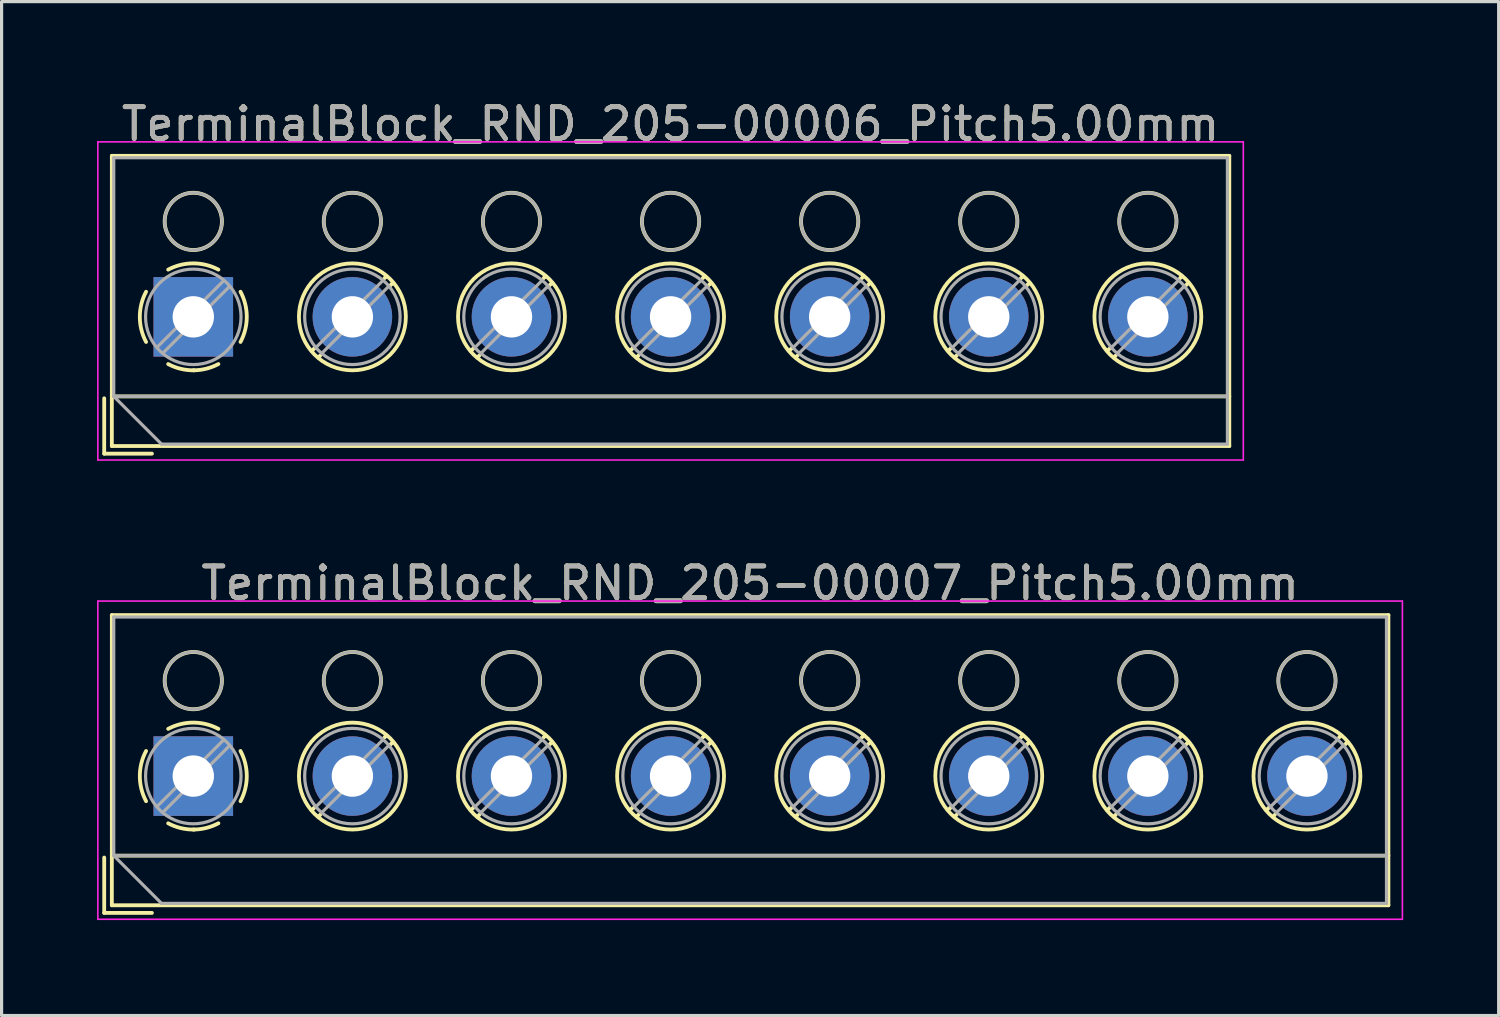
<source format=kicad_pcb>
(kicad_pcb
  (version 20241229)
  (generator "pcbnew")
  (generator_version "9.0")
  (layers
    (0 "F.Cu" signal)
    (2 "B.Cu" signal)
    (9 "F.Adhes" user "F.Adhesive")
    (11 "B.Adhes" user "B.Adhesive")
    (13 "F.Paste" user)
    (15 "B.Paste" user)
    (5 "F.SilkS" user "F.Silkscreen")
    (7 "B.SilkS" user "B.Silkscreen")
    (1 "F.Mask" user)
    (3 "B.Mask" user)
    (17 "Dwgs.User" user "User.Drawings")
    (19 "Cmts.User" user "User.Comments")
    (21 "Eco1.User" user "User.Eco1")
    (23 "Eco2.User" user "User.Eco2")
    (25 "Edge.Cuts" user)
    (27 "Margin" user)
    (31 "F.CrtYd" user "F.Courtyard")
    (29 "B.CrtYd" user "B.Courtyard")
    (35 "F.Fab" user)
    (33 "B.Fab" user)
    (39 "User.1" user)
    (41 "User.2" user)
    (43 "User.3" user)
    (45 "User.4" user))
  (footprint "TerminalBlock_RND_205-00006_Pitch5.00mm"
    (layer "F.Cu")
    (at 3.025 6.908)
    (property "Reference" "TerminalBlock_RND_205-00006_Pitch5.00mm" (at 15 -6.06 0) (layer "F.SilkS") (effects (font (size 1 1) (thickness 0.15))))
    (attr through_hole)
    (fp_line (start -2.8 2.56) (end -2.8 4.3) (stroke (width 0.12) (type solid)) (layer "F.SilkS"))
    (fp_line (start -2.8 4.3) (end -1.3 4.3) (stroke (width 0.12) (type solid)) (layer "F.SilkS"))
    (fp_line (start -2.56 -5.06) (end -2.56 4.06) (stroke (width 0.12) (type solid)) (layer "F.SilkS"))
    (fp_line (start -2.56 2.5) (end 32.56 2.5) (stroke (width 0.12) (type solid)) (layer "F.SilkS"))
    (fp_line (start -2.56 4.06) (end 32.56 4.06) (stroke (width 0.12) (type solid)) (layer "F.SilkS"))
    (fp_line (start 3.82 0.976) (end 3.726 1.069) (stroke (width 0.12) (type solid)) (layer "F.SilkS"))
    (fp_line (start 3.99 1.216) (end 3.931 1.274) (stroke (width 0.12) (type solid)) (layer "F.SilkS"))
    (fp_line (start 6.07 -1.275) (end 6.011 -1.216) (stroke (width 0.12) (type solid)) (layer "F.SilkS"))
    (fp_line (start 6.275 -1.069) (end 6.181 -0.976) (stroke (width 0.12) (type solid)) (layer "F.SilkS"))
    (fp_line (start 8.82 0.976) (end 8.726 1.069) (stroke (width 0.12) (type solid)) (layer "F.SilkS"))
    (fp_line (start 8.99 1.216) (end 8.931 1.274) (stroke (width 0.12) (type solid)) (layer "F.SilkS"))
    (fp_line (start 11.07 -1.275) (end 11.011 -1.216) (stroke (width 0.12) (type solid)) (layer "F.SilkS"))
    (fp_line (start 11.275 -1.069) (end 11.181 -0.976) (stroke (width 0.12) (type solid)) (layer "F.SilkS"))
    (fp_line (start 13.82 0.976) (end 13.726 1.069) (stroke (width 0.12) (type solid)) (layer "F.SilkS"))
    (fp_line (start 13.99 1.216) (end 13.931 1.274) (stroke (width 0.12) (type solid)) (layer "F.SilkS"))
    (fp_line (start 16.07 -1.275) (end 16.011 -1.216) (stroke (width 0.12) (type solid)) (layer "F.SilkS"))
    (fp_line (start 16.275 -1.069) (end 16.181 -0.976) (stroke (width 0.12) (type solid)) (layer "F.SilkS"))
    (fp_line (start 18.82 0.976) (end 18.726 1.069) (stroke (width 0.12) (type solid)) (layer "F.SilkS"))
    (fp_line (start 18.99 1.216) (end 18.931 1.274) (stroke (width 0.12) (type solid)) (layer "F.SilkS"))
    (fp_line (start 21.07 -1.275) (end 21.011 -1.216) (stroke (width 0.12) (type solid)) (layer "F.SilkS"))
    (fp_line (start 21.275 -1.069) (end 21.181 -0.976) (stroke (width 0.12) (type solid)) (layer "F.SilkS"))
    (fp_line (start 23.82 0.976) (end 23.726 1.069) (stroke (width 0.12) (type solid)) (layer "F.SilkS"))
    (fp_line (start 23.99 1.216) (end 23.931 1.274) (stroke (width 0.12) (type solid)) (layer "F.SilkS"))
    (fp_line (start 26.07 -1.275) (end 26.011 -1.216) (stroke (width 0.12) (type solid)) (layer "F.SilkS"))
    (fp_line (start 26.275 -1.069) (end 26.181 -0.976) (stroke (width 0.12) (type solid)) (layer "F.SilkS"))
    (fp_line (start 28.82 0.976) (end 28.726 1.069) (stroke (width 0.12) (type solid)) (layer "F.SilkS"))
    (fp_line (start 28.99 1.216) (end 28.931 1.274) (stroke (width 0.12) (type solid)) (layer "F.SilkS"))
    (fp_line (start 31.07 -1.275) (end 31.011 -1.216) (stroke (width 0.12) (type solid)) (layer "F.SilkS"))
    (fp_line (start 31.275 -1.069) (end 31.181 -0.976) (stroke (width 0.12) (type solid)) (layer "F.SilkS"))
    (fp_line (start 32.56 -5.06) (end -2.56 -5.06) (stroke (width 0.12) (type solid)) (layer "F.SilkS"))
    (fp_line (start 32.56 4.06) (end 32.56 -5.06) (stroke (width 0.12) (type solid)) (layer "F.SilkS"))
    (fp_arc (start -1.483953 0.789089) (mid -1.680708 0.00005) (end -1.484 -0.789) (stroke (width 0.12) (type solid)) (layer "F.SilkS"))
    (fp_arc (start -0.789089 -1.483953) (mid -0.00005 -1.680708) (end 0.789 -1.484) (stroke (width 0.12) (type solid)) (layer "F.SilkS"))
    (fp_arc (start 0.029383 1.68045) (mid -0.392304 1.634281) (end -0.789 1.484) (stroke (width 0.12) (type solid)) (layer "F.SilkS"))
    (fp_arc (start 0.788712 1.483352) (mid 0.406429 1.630097) (end 0 1.68) (stroke (width 0.12) (type solid)) (layer "F.SilkS"))
    (fp_arc (start 1.483953 -0.789089) (mid 1.680708 -0.00005) (end 1.484 0.789) (stroke (width 0.12) (type solid)) (layer "F.SilkS"))
    (fp_circle (center 0 -3) (end 0.9 -3) (stroke (width 0.12) (type solid)) (fill no) (layer "F.SilkS"))
    (fp_circle (center 5 -3) (end 5.9 -3) (stroke (width 0.12) (type solid)) (fill no) (layer "F.SilkS"))
    (fp_circle (center 5 0) (end 6.68 0) (stroke (width 0.12) (type solid)) (fill no) (layer "F.SilkS"))
    (fp_circle (center 10 -3) (end 10.9 -3) (stroke (width 0.12) (type solid)) (fill no) (layer "F.SilkS"))
    (fp_circle (center 10 0) (end 11.68 0) (stroke (width 0.12) (type solid)) (fill no) (layer "F.SilkS"))
    (fp_circle (center 15 -3) (end 15.9 -3) (stroke (width 0.12) (type solid)) (fill no) (layer "F.SilkS"))
    (fp_circle (center 15 0) (end 16.68 0) (stroke (width 0.12) (type solid)) (fill no) (layer "F.SilkS"))
    (fp_circle (center 20 -3) (end 20.9 -3) (stroke (width 0.12) (type solid)) (fill no) (layer "F.SilkS"))
    (fp_circle (center 20 0) (end 21.68 0) (stroke (width 0.12) (type solid)) (fill no) (layer "F.SilkS"))
    (fp_circle (center 25 -3) (end 25.9 -3) (stroke (width 0.12) (type solid)) (fill no) (layer "F.SilkS"))
    (fp_circle (center 25 0) (end 26.68 0) (stroke (width 0.12) (type solid)) (fill no) (layer "F.SilkS"))
    (fp_circle (center 30 -3) (end 30.9 -3) (stroke (width 0.12) (type solid)) (fill no) (layer "F.SilkS"))
    (fp_circle (center 30 0) (end 31.68 0) (stroke (width 0.12) (type solid)) (fill no) (layer "F.SilkS"))
    (fp_line (start -3 -5.5) (end -3 4.5) (stroke (width 0.05) (type solid)) (layer "F.CrtYd"))
    (fp_line (start -3 4.5) (end 33 4.5) (stroke (width 0.05) (type solid)) (layer "F.CrtYd"))
    (fp_line (start 33 -5.5) (end -3 -5.5) (stroke (width 0.05) (type solid)) (layer "F.CrtYd"))
    (fp_line (start 33 4.5) (end 33 -5.5) (stroke (width 0.05) (type solid)) (layer "F.CrtYd"))
    (fp_line (start -2.5 -5) (end 32.5 -5) (stroke (width 0.1) (type solid)) (layer "F.Fab"))
    (fp_line (start -2.5 2.5) (end -2.5 -5) (stroke (width 0.1) (type solid)) (layer "F.Fab"))
    (fp_line (start -2.5 2.5) (end 32.5 2.5) (stroke (width 0.1) (type solid)) (layer "F.Fab"))
    (fp_line (start -1 4) (end -2.5 2.5) (stroke (width 0.1) (type solid)) (layer "F.Fab"))
    (fp_line (start 0.955 -1.138) (end -1.138 0.955) (stroke (width 0.1) (type solid)) (layer "F.Fab"))
    (fp_line (start 1.138 -0.955) (end -0.955 1.138) (stroke (width 0.1) (type solid)) (layer "F.Fab"))
    (fp_line (start 5.955 -1.138) (end 3.863 0.955) (stroke (width 0.1) (type solid)) (layer "F.Fab"))
    (fp_line (start 6.138 -0.955) (end 4.046 1.138) (stroke (width 0.1) (type solid)) (layer "F.Fab"))
    (fp_line (start 10.955 -1.138) (end 8.863 0.955) (stroke (width 0.1) (type solid)) (layer "F.Fab"))
    (fp_line (start 11.138 -0.955) (end 9.046 1.138) (stroke (width 0.1) (type solid)) (layer "F.Fab"))
    (fp_line (start 15.955 -1.138) (end 13.863 0.955) (stroke (width 0.1) (type solid)) (layer "F.Fab"))
    (fp_line (start 16.138 -0.955) (end 14.046 1.138) (stroke (width 0.1) (type solid)) (layer "F.Fab"))
    (fp_line (start 20.955 -1.138) (end 18.863 0.955) (stroke (width 0.1) (type solid)) (layer "F.Fab"))
    (fp_line (start 21.138 -0.955) (end 19.046 1.138) (stroke (width 0.1) (type solid)) (layer "F.Fab"))
    (fp_line (start 25.955 -1.138) (end 23.863 0.955) (stroke (width 0.1) (type solid)) (layer "F.Fab"))
    (fp_line (start 26.138 -0.955) (end 24.046 1.138) (stroke (width 0.1) (type solid)) (layer "F.Fab"))
    (fp_line (start 30.955 -1.138) (end 28.863 0.955) (stroke (width 0.1) (type solid)) (layer "F.Fab"))
    (fp_line (start 31.138 -0.955) (end 29.046 1.138) (stroke (width 0.1) (type solid)) (layer "F.Fab"))
    (fp_line (start 32.5 -5) (end 32.5 4) (stroke (width 0.1) (type solid)) (layer "F.Fab"))
    (fp_line (start 32.5 4) (end -1 4) (stroke (width 0.1) (type solid)) (layer "F.Fab"))
    (fp_circle (center 0 -3) (end 0.9 -3) (stroke (width 0.1) (type solid)) (fill no) (layer "F.Fab"))
    (fp_circle (center 0 0) (end 1.5 0) (stroke (width 0.1) (type solid)) (fill no) (layer "F.Fab"))
    (fp_circle (center 5 -3) (end 5.9 -3) (stroke (width 0.1) (type solid)) (fill no) (layer "F.Fab"))
    (fp_circle (center 5 0) (end 6.5 0) (stroke (width 0.1) (type solid)) (fill no) (layer "F.Fab"))
    (fp_circle (center 10 -3) (end 10.9 -3) (stroke (width 0.1) (type solid)) (fill no) (layer "F.Fab"))
    (fp_circle (center 10 0) (end 11.5 0) (stroke (width 0.1) (type solid)) (fill no) (layer "F.Fab"))
    (fp_circle (center 15 -3) (end 15.9 -3) (stroke (width 0.1) (type solid)) (fill no) (layer "F.Fab"))
    (fp_circle (center 15 0) (end 16.5 0) (stroke (width 0.1) (type solid)) (fill no) (layer "F.Fab"))
    (fp_circle (center 20 -3) (end 20.9 -3) (stroke (width 0.1) (type solid)) (fill no) (layer "F.Fab"))
    (fp_circle (center 20 0) (end 21.5 0) (stroke (width 0.1) (type solid)) (fill no) (layer "F.Fab"))
    (fp_circle (center 25 -3) (end 25.9 -3) (stroke (width 0.1) (type solid)) (fill no) (layer "F.Fab"))
    (fp_circle (center 25 0) (end 26.5 0) (stroke (width 0.1) (type solid)) (fill no) (layer "F.Fab"))
    (fp_circle (center 30 -3) (end 30.9 -3) (stroke (width 0.1) (type solid)) (fill no) (layer "F.Fab"))
    (fp_circle (center 30 0) (end 31.5 0) (stroke (width 0.1) (type solid)) (fill no) (layer "F.Fab"))
    (fp_text user "${REFERENCE}" (at 15 -6.06 0) (layer "F.Fab") (effects (font (size 1 1) (thickness 0.15))))
    (pad "1" thru_hole rect (at 0 0) (size 2.5 2.5) (drill 1.3) (layers "*.Cu" "*.Mask"))
    (pad "2" thru_hole circle (at 5 0) (size 2.5 2.5) (drill 1.3) (layers "*.Cu" "*.Mask"))
    (pad "3" thru_hole circle (at 10 0) (size 2.5 2.5) (drill 1.3) (layers "*.Cu" "*.Mask"))
    (pad "4" thru_hole circle (at 15 0) (size 2.5 2.5) (drill 1.3) (layers "*.Cu" "*.Mask"))
    (pad "5" thru_hole circle (at 20 0) (size 2.5 2.5) (drill 1.3) (layers "*.Cu" "*.Mask"))
    (pad "6" thru_hole circle (at 25 0) (size 2.5 2.5) (drill 1.3) (layers "*.Cu" "*.Mask"))
    (pad "7" thru_hole circle (at 30 0) (size 2.5 2.5) (drill 1.3) (layers "*.Cu" "*.Mask")))
  (footprint "TerminalBlock_RND_205-00007_Pitch5.00mm"
    (layer "F.Cu")
    (at 3.025 21.341)
    (property "Reference" "TerminalBlock_RND_205-00007_Pitch5.00mm" (at 17.5 -6.06 0) (layer "F.SilkS") (effects (font (size 1 1) (thickness 0.15))))
    (attr through_hole)
    (fp_line (start -2.8 2.56) (end -2.8 4.3) (stroke (width 0.12) (type solid)) (layer "F.SilkS"))
    (fp_line (start -2.8 4.3) (end -1.3 4.3) (stroke (width 0.12) (type solid)) (layer "F.SilkS"))
    (fp_line (start -2.56 -5.06) (end -2.56 4.06) (stroke (width 0.12) (type solid)) (layer "F.SilkS"))
    (fp_line (start -2.56 2.5) (end 37.56 2.5) (stroke (width 0.12) (type solid)) (layer "F.SilkS"))
    (fp_line (start -2.56 4.06) (end 37.56 4.06) (stroke (width 0.12) (type solid)) (layer "F.SilkS"))
    (fp_line (start 3.82 0.976) (end 3.726 1.069) (stroke (width 0.12) (type solid)) (layer "F.SilkS"))
    (fp_line (start 3.99 1.216) (end 3.931 1.274) (stroke (width 0.12) (type solid)) (layer "F.SilkS"))
    (fp_line (start 6.07 -1.275) (end 6.011 -1.216) (stroke (width 0.12) (type solid)) (layer "F.SilkS"))
    (fp_line (start 6.275 -1.069) (end 6.181 -0.976) (stroke (width 0.12) (type solid)) (layer "F.SilkS"))
    (fp_line (start 8.82 0.976) (end 8.726 1.069) (stroke (width 0.12) (type solid)) (layer "F.SilkS"))
    (fp_line (start 8.99 1.216) (end 8.931 1.274) (stroke (width 0.12) (type solid)) (layer "F.SilkS"))
    (fp_line (start 11.07 -1.275) (end 11.011 -1.216) (stroke (width 0.12) (type solid)) (layer "F.SilkS"))
    (fp_line (start 11.275 -1.069) (end 11.181 -0.976) (stroke (width 0.12) (type solid)) (layer "F.SilkS"))
    (fp_line (start 13.82 0.976) (end 13.726 1.069) (stroke (width 0.12) (type solid)) (layer "F.SilkS"))
    (fp_line (start 13.99 1.216) (end 13.931 1.274) (stroke (width 0.12) (type solid)) (layer "F.SilkS"))
    (fp_line (start 16.07 -1.275) (end 16.011 -1.216) (stroke (width 0.12) (type solid)) (layer "F.SilkS"))
    (fp_line (start 16.275 -1.069) (end 16.181 -0.976) (stroke (width 0.12) (type solid)) (layer "F.SilkS"))
    (fp_line (start 18.82 0.976) (end 18.726 1.069) (stroke (width 0.12) (type solid)) (layer "F.SilkS"))
    (fp_line (start 18.99 1.216) (end 18.931 1.274) (stroke (width 0.12) (type solid)) (layer "F.SilkS"))
    (fp_line (start 21.07 -1.275) (end 21.011 -1.216) (stroke (width 0.12) (type solid)) (layer "F.SilkS"))
    (fp_line (start 21.275 -1.069) (end 21.181 -0.976) (stroke (width 0.12) (type solid)) (layer "F.SilkS"))
    (fp_line (start 23.82 0.976) (end 23.726 1.069) (stroke (width 0.12) (type solid)) (layer "F.SilkS"))
    (fp_line (start 23.99 1.216) (end 23.931 1.274) (stroke (width 0.12) (type solid)) (layer "F.SilkS"))
    (fp_line (start 26.07 -1.275) (end 26.011 -1.216) (stroke (width 0.12) (type solid)) (layer "F.SilkS"))
    (fp_line (start 26.275 -1.069) (end 26.181 -0.976) (stroke (width 0.12) (type solid)) (layer "F.SilkS"))
    (fp_line (start 28.82 0.976) (end 28.726 1.069) (stroke (width 0.12) (type solid)) (layer "F.SilkS"))
    (fp_line (start 28.99 1.216) (end 28.931 1.274) (stroke (width 0.12) (type solid)) (layer "F.SilkS"))
    (fp_line (start 31.07 -1.275) (end 31.011 -1.216) (stroke (width 0.12) (type solid)) (layer "F.SilkS"))
    (fp_line (start 31.275 -1.069) (end 31.181 -0.976) (stroke (width 0.12) (type solid)) (layer "F.SilkS"))
    (fp_line (start 33.82 0.976) (end 33.726 1.069) (stroke (width 0.12) (type solid)) (layer "F.SilkS"))
    (fp_line (start 33.99 1.216) (end 33.931 1.274) (stroke (width 0.12) (type solid)) (layer "F.SilkS"))
    (fp_line (start 36.07 -1.275) (end 36.011 -1.216) (stroke (width 0.12) (type solid)) (layer "F.SilkS"))
    (fp_line (start 36.275 -1.069) (end 36.181 -0.976) (stroke (width 0.12) (type solid)) (layer "F.SilkS"))
    (fp_line (start 37.56 -5.06) (end -2.56 -5.06) (stroke (width 0.12) (type solid)) (layer "F.SilkS"))
    (fp_line (start 37.56 4.06) (end 37.56 -5.06) (stroke (width 0.12) (type solid)) (layer "F.SilkS"))
    (fp_arc (start -1.483953 0.789089) (mid -1.680708 0.00005) (end -1.484 -0.789) (stroke (width 0.12) (type solid)) (layer "F.SilkS"))
    (fp_arc (start -0.789089 -1.483953) (mid -0.00005 -1.680708) (end 0.789 -1.484) (stroke (width 0.12) (type solid)) (layer "F.SilkS"))
    (fp_arc (start 0.029383 1.68045) (mid -0.392304 1.634281) (end -0.789 1.484) (stroke (width 0.12) (type solid)) (layer "F.SilkS"))
    (fp_arc (start 0.788712 1.483352) (mid 0.406429 1.630097) (end 0 1.68) (stroke (width 0.12) (type solid)) (layer "F.SilkS"))
    (fp_arc (start 1.483953 -0.789089) (mid 1.680708 -0.00005) (end 1.484 0.789) (stroke (width 0.12) (type solid)) (layer "F.SilkS"))
    (fp_circle (center 0 -3) (end 0.9 -3) (stroke (width 0.12) (type solid)) (fill no) (layer "F.SilkS"))
    (fp_circle (center 5 -3) (end 5.9 -3) (stroke (width 0.12) (type solid)) (fill no) (layer "F.SilkS"))
    (fp_circle (center 5 0) (end 6.68 0) (stroke (width 0.12) (type solid)) (fill no) (layer "F.SilkS"))
    (fp_circle (center 10 -3) (end 10.9 -3) (stroke (width 0.12) (type solid)) (fill no) (layer "F.SilkS"))
    (fp_circle (center 10 0) (end 11.68 0) (stroke (width 0.12) (type solid)) (fill no) (layer "F.SilkS"))
    (fp_circle (center 15 -3) (end 15.9 -3) (stroke (width 0.12) (type solid)) (fill no) (layer "F.SilkS"))
    (fp_circle (center 15 0) (end 16.68 0) (stroke (width 0.12) (type solid)) (fill no) (layer "F.SilkS"))
    (fp_circle (center 20 -3) (end 20.9 -3) (stroke (width 0.12) (type solid)) (fill no) (layer "F.SilkS"))
    (fp_circle (center 20 0) (end 21.68 0) (stroke (width 0.12) (type solid)) (fill no) (layer "F.SilkS"))
    (fp_circle (center 25 -3) (end 25.9 -3) (stroke (width 0.12) (type solid)) (fill no) (layer "F.SilkS"))
    (fp_circle (center 25 0) (end 26.68 0) (stroke (width 0.12) (type solid)) (fill no) (layer "F.SilkS"))
    (fp_circle (center 30 -3) (end 30.9 -3) (stroke (width 0.12) (type solid)) (fill no) (layer "F.SilkS"))
    (fp_circle (center 30 0) (end 31.68 0) (stroke (width 0.12) (type solid)) (fill no) (layer "F.SilkS"))
    (fp_circle (center 35 -3) (end 35.9 -3) (stroke (width 0.12) (type solid)) (fill no) (layer "F.SilkS"))
    (fp_circle (center 35 0) (end 36.68 0) (stroke (width 0.12) (type solid)) (fill no) (layer "F.SilkS"))
    (fp_line (start -3 -5.5) (end -3 4.5) (stroke (width 0.05) (type solid)) (layer "F.CrtYd"))
    (fp_line (start -3 4.5) (end 38 4.5) (stroke (width 0.05) (type solid)) (layer "F.CrtYd"))
    (fp_line (start 38 -5.5) (end -3 -5.5) (stroke (width 0.05) (type solid)) (layer "F.CrtYd"))
    (fp_line (start 38 4.5) (end 38 -5.5) (stroke (width 0.05) (type solid)) (layer "F.CrtYd"))
    (fp_line (start -2.5 -5) (end 37.5 -5) (stroke (width 0.1) (type solid)) (layer "F.Fab"))
    (fp_line (start -2.5 2.5) (end -2.5 -5) (stroke (width 0.1) (type solid)) (layer "F.Fab"))
    (fp_line (start -2.5 2.5) (end 37.5 2.5) (stroke (width 0.1) (type solid)) (layer "F.Fab"))
    (fp_line (start -1 4) (end -2.5 2.5) (stroke (width 0.1) (type solid)) (layer "F.Fab"))
    (fp_line (start 0.955 -1.138) (end -1.138 0.955) (stroke (width 0.1) (type solid)) (layer "F.Fab"))
    (fp_line (start 1.138 -0.955) (end -0.955 1.138) (stroke (width 0.1) (type solid)) (layer "F.Fab"))
    (fp_line (start 5.955 -1.138) (end 3.863 0.955) (stroke (width 0.1) (type solid)) (layer "F.Fab"))
    (fp_line (start 6.138 -0.955) (end 4.046 1.138) (stroke (width 0.1) (type solid)) (layer "F.Fab"))
    (fp_line (start 10.955 -1.138) (end 8.863 0.955) (stroke (width 0.1) (type solid)) (layer "F.Fab"))
    (fp_line (start 11.138 -0.955) (end 9.046 1.138) (stroke (width 0.1) (type solid)) (layer "F.Fab"))
    (fp_line (start 15.955 -1.138) (end 13.863 0.955) (stroke (width 0.1) (type solid)) (layer "F.Fab"))
    (fp_line (start 16.138 -0.955) (end 14.046 1.138) (stroke (width 0.1) (type solid)) (layer "F.Fab"))
    (fp_line (start 20.955 -1.138) (end 18.863 0.955) (stroke (width 0.1) (type solid)) (layer "F.Fab"))
    (fp_line (start 21.138 -0.955) (end 19.046 1.138) (stroke (width 0.1) (type solid)) (layer "F.Fab"))
    (fp_line (start 25.955 -1.138) (end 23.863 0.955) (stroke (width 0.1) (type solid)) (layer "F.Fab"))
    (fp_line (start 26.138 -0.955) (end 24.046 1.138) (stroke (width 0.1) (type solid)) (layer "F.Fab"))
    (fp_line (start 30.955 -1.138) (end 28.863 0.955) (stroke (width 0.1) (type solid)) (layer "F.Fab"))
    (fp_line (start 31.138 -0.955) (end 29.046 1.138) (stroke (width 0.1) (type solid)) (layer "F.Fab"))
    (fp_line (start 35.955 -1.138) (end 33.863 0.955) (stroke (width 0.1) (type solid)) (layer "F.Fab"))
    (fp_line (start 36.138 -0.955) (end 34.046 1.138) (stroke (width 0.1) (type solid)) (layer "F.Fab"))
    (fp_line (start 37.5 -5) (end 37.5 4) (stroke (width 0.1) (type solid)) (layer "F.Fab"))
    (fp_line (start 37.5 4) (end -1 4) (stroke (width 0.1) (type solid)) (layer "F.Fab"))
    (fp_circle (center 0 -3) (end 0.9 -3) (stroke (width 0.1) (type solid)) (fill no) (layer "F.Fab"))
    (fp_circle (center 0 0) (end 1.5 0) (stroke (width 0.1) (type solid)) (fill no) (layer "F.Fab"))
    (fp_circle (center 5 -3) (end 5.9 -3) (stroke (width 0.1) (type solid)) (fill no) (layer "F.Fab"))
    (fp_circle (center 5 0) (end 6.5 0) (stroke (width 0.1) (type solid)) (fill no) (layer "F.Fab"))
    (fp_circle (center 10 -3) (end 10.9 -3) (stroke (width 0.1) (type solid)) (fill no) (layer "F.Fab"))
    (fp_circle (center 10 0) (end 11.5 0) (stroke (width 0.1) (type solid)) (fill no) (layer "F.Fab"))
    (fp_circle (center 15 -3) (end 15.9 -3) (stroke (width 0.1) (type solid)) (fill no) (layer "F.Fab"))
    (fp_circle (center 15 0) (end 16.5 0) (stroke (width 0.1) (type solid)) (fill no) (layer "F.Fab"))
    (fp_circle (center 20 -3) (end 20.9 -3) (stroke (width 0.1) (type solid)) (fill no) (layer "F.Fab"))
    (fp_circle (center 20 0) (end 21.5 0) (stroke (width 0.1) (type solid)) (fill no) (layer "F.Fab"))
    (fp_circle (center 25 -3) (end 25.9 -3) (stroke (width 0.1) (type solid)) (fill no) (layer "F.Fab"))
    (fp_circle (center 25 0) (end 26.5 0) (stroke (width 0.1) (type solid)) (fill no) (layer "F.Fab"))
    (fp_circle (center 30 -3) (end 30.9 -3) (stroke (width 0.1) (type solid)) (fill no) (layer "F.Fab"))
    (fp_circle (center 30 0) (end 31.5 0) (stroke (width 0.1) (type solid)) (fill no) (layer "F.Fab"))
    (fp_circle (center 35 -3) (end 35.9 -3) (stroke (width 0.1) (type solid)) (fill no) (layer "F.Fab"))
    (fp_circle (center 35 0) (end 36.5 0) (stroke (width 0.1) (type solid)) (fill no) (layer "F.Fab"))
    (fp_text user "${REFERENCE}" (at 17.5 -6.06 0) (layer "F.Fab") (effects (font (size 1 1) (thickness 0.15))))
    (pad "1" thru_hole rect (at 0 0) (size 2.5 2.5) (drill 1.3) (layers "*.Cu" "*.Mask"))
    (pad "2" thru_hole circle (at 5 0) (size 2.5 2.5) (drill 1.3) (layers "*.Cu" "*.Mask"))
    (pad "3" thru_hole circle (at 10 0) (size 2.5 2.5) (drill 1.3) (layers "*.Cu" "*.Mask"))
    (pad "4" thru_hole circle (at 15 0) (size 2.5 2.5) (drill 1.3) (layers "*.Cu" "*.Mask"))
    (pad "5" thru_hole circle (at 20 0) (size 2.5 2.5) (drill 1.3) (layers "*.Cu" "*.Mask"))
    (pad "6" thru_hole circle (at 25 0) (size 2.5 2.5) (drill 1.3) (layers "*.Cu" "*.Mask"))
    (pad "7" thru_hole circle (at 30 0) (size 2.5 2.5) (drill 1.3) (layers "*.Cu" "*.Mask"))
    (pad "8" thru_hole circle (at 35 0) (size 2.5 2.5) (drill 1.3) (layers "*.Cu" "*.Mask")))
  (gr_rect
    (start -3 -3)
    (end 44.05 28.866)
    (stroke (width 0.1) (type default))
    (fill no)
    (layer "Edge.Cuts")))
</source>
